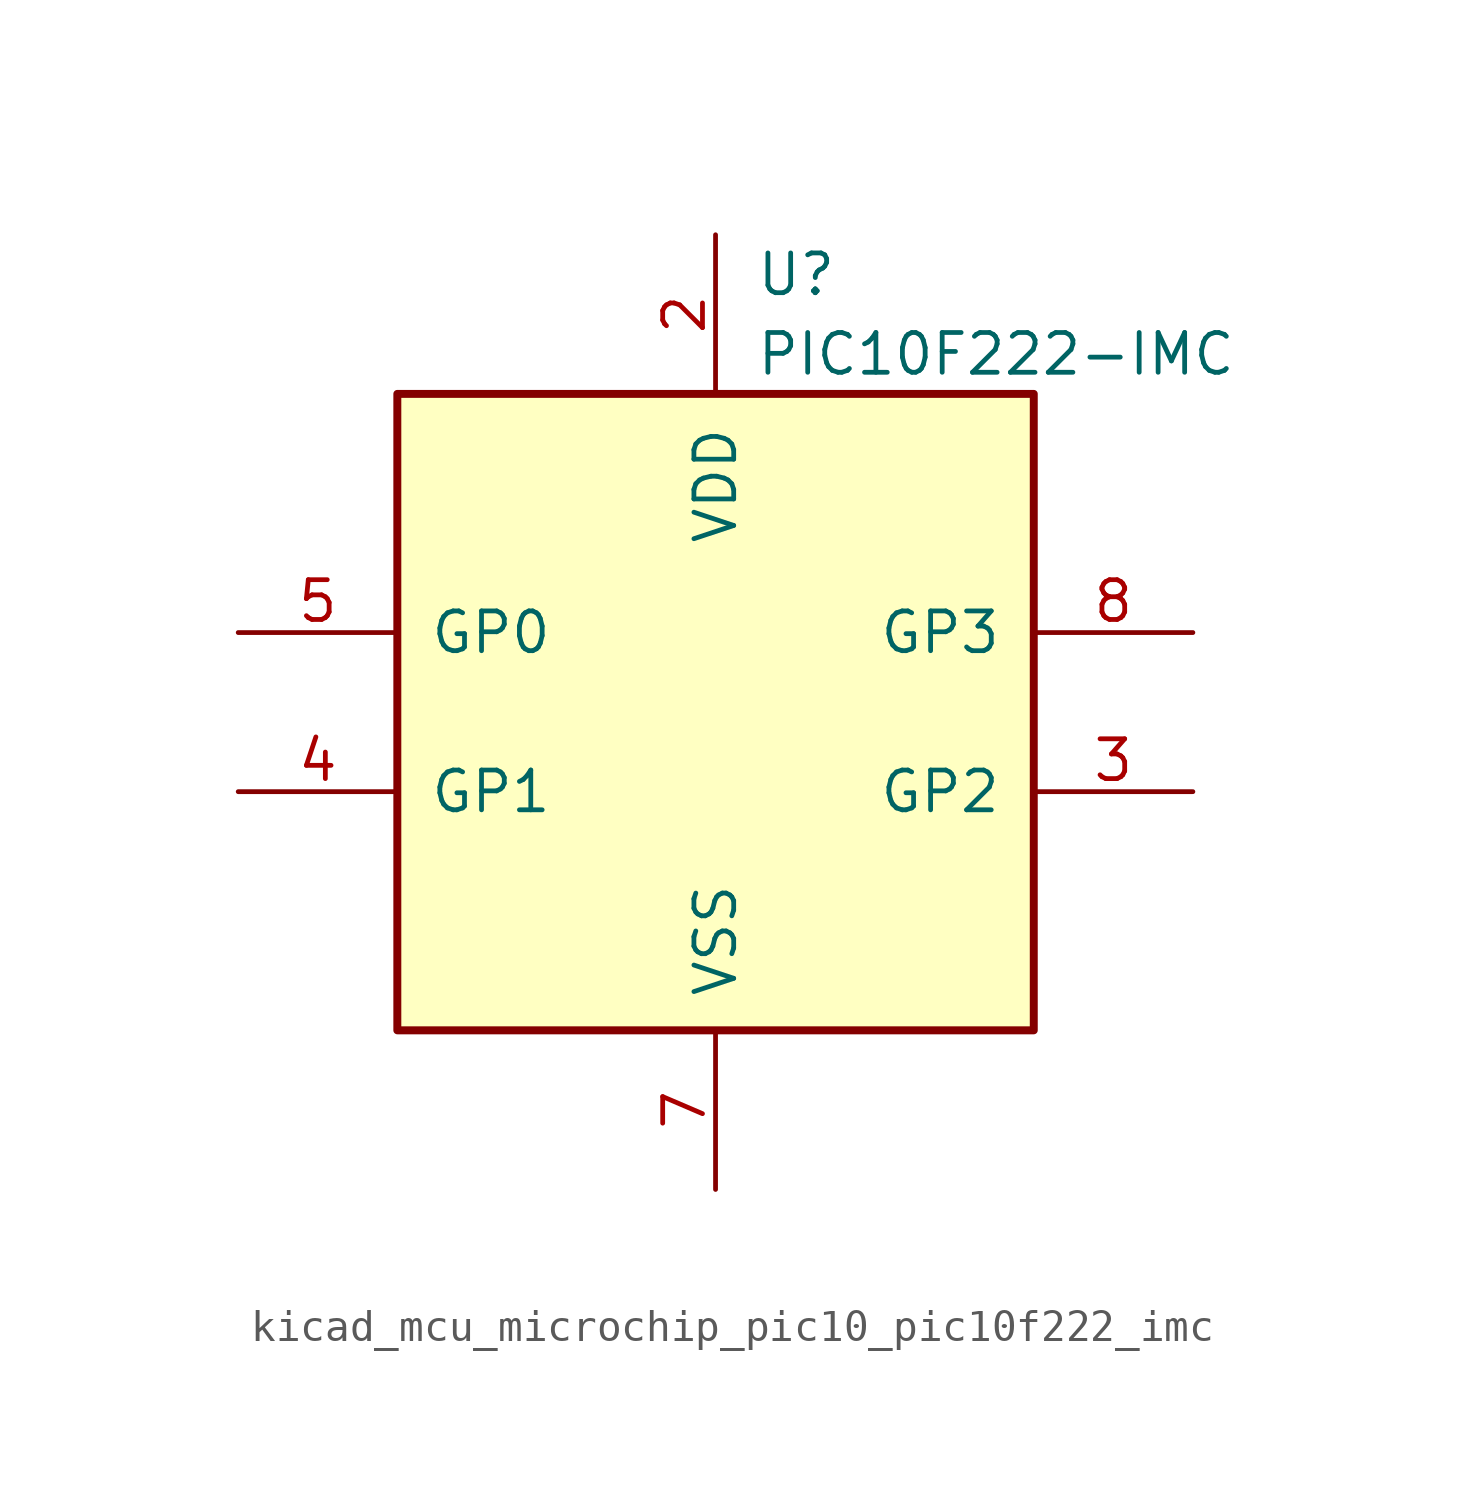
<source format=kicad_sym>
(kicad_symbol_lib
  (version 20220914)
  (generator kicad_symbol_editor)
  (symbol "kicad_mcu_microchip_pic10_pic10f222_imc"
    (pin_names
      (offset 1.016))
    (property "Reference" "U"
      (at 1.27 13.97 0)
      (effects (font (size 1.27 1.27)) (justify left)))
    (property "Value" "PIC10F222-IMC"
      (at 1.27 11.43 0)
      (effects (font (size 1.27 1.27)) (justify left)))
    (symbol "kicad_mcu_microchip_pic10_pic10f222_imc_0_1"
      (rectangle (start -10.16 10.16) (end 10.16 -10.16) (stroke (width 0.254) (type default)) (fill (type background))))
    (symbol "kicad_mcu_microchip_pic10_pic10f222_imc_1_1"
      (pin power_in line (at 0 15.24 270) (length 5.08) (name "VDD" (effects (font (size 1.27 1.27)))) (number "2" (effects (font (size 1.27 1.27)))))
      (pin bidirectional line (at 15.24 -2.54 180) (length 5.08) (name "GP2" (effects (font (size 1.27 1.27)))) (number "3" (effects (font (size 1.27 1.27)))))
      (pin bidirectional line (at -15.24 -2.54 0) (length 5.08) (name "GP1" (effects (font (size 1.27 1.27)))) (number "4" (effects (font (size 1.27 1.27)))))
      (pin bidirectional line (at -15.24 2.54 0) (length 5.08) (name "GP0" (effects (font (size 1.27 1.27)))) (number "5" (effects (font (size 1.27 1.27)))))
      (pin power_in line (at 0 -15.24 90) (length 5.08) (name "VSS" (effects (font (size 1.27 1.27)))) (number "7" (effects (font (size 1.27 1.27)))))
      (pin input line (at 15.24 2.54 180) (length 5.08) (name "GP3" (effects (font (size 1.27 1.27)))) (number "8" (effects (font (size 1.27 1.27))))))))
</source>
